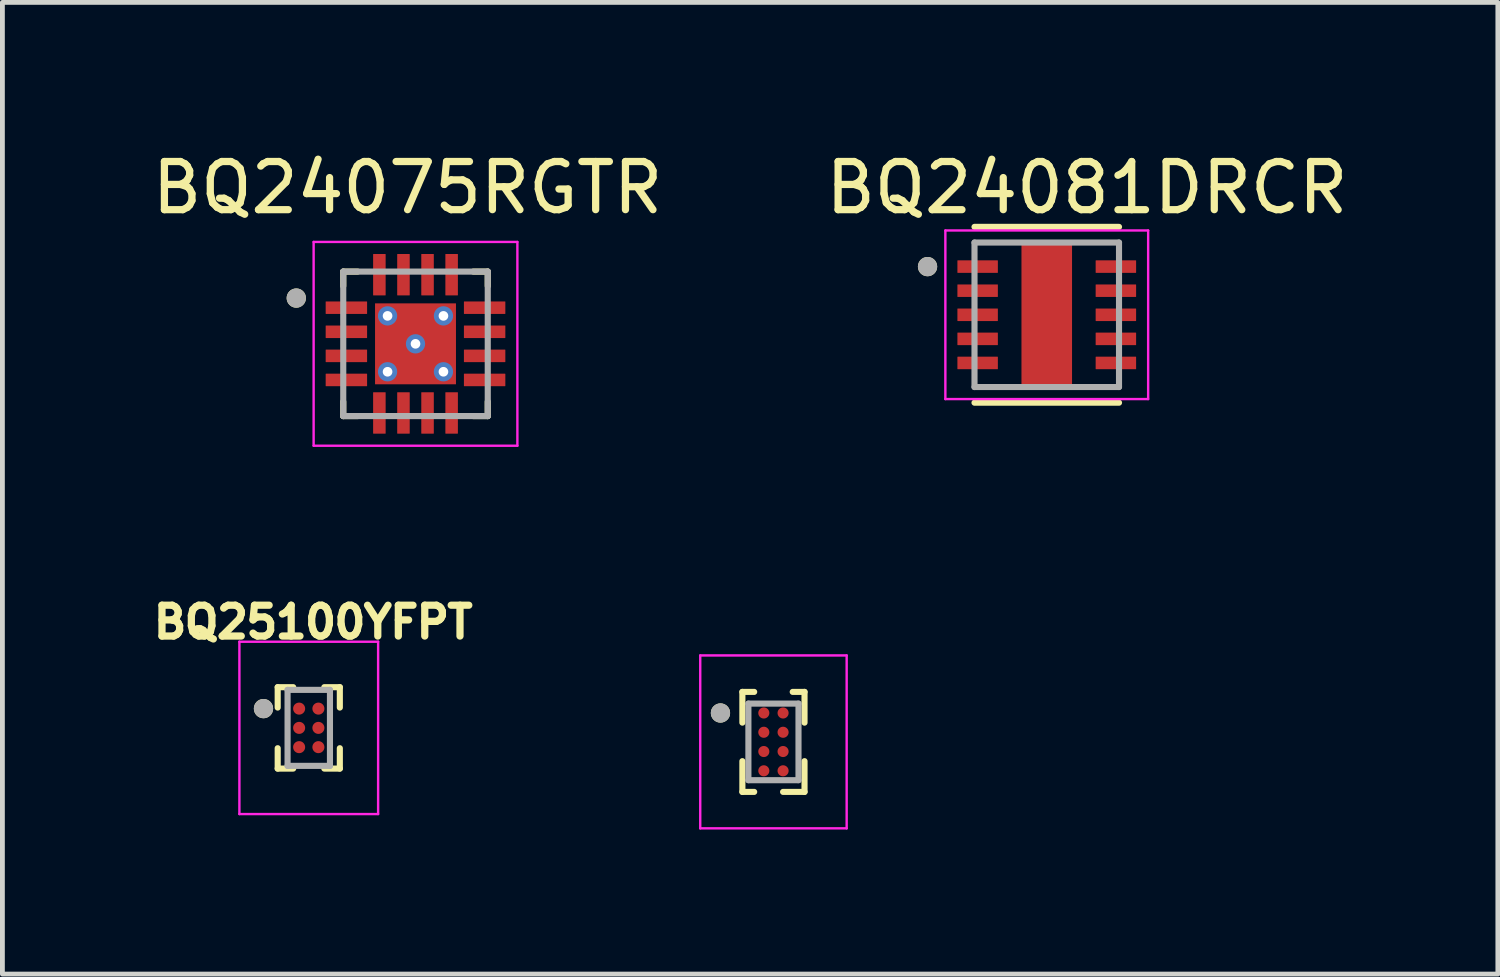
<source format=kicad_pcb>
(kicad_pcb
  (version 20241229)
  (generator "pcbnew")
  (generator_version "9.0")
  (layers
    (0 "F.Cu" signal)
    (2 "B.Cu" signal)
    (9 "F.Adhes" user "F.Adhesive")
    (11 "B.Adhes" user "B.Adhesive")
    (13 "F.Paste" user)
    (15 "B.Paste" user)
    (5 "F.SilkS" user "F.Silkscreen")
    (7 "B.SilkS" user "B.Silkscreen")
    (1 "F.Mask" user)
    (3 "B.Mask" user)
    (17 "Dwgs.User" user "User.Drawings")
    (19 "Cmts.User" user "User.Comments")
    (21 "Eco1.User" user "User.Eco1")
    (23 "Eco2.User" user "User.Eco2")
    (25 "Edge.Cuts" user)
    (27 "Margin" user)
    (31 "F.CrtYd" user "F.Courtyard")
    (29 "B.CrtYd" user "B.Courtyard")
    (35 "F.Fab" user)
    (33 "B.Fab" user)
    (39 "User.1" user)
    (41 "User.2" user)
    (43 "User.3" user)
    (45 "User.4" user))
  (footprint "BQ24081DRCR"
    (layer "F.Cu")
    (at 18.681 3.485)
    (property "Reference" "BQ24081DRCR" (at 0.835 -2.637 0) (layer "F.SilkS") (effects (font (size 1 1) (thickness 0.15))))
    (attr through_hole)
    (fp_line (start -1.5 -1.825) (end 1.5 -1.825) (stroke (width 0.127) (type solid)) (layer "F.SilkS"))
    (fp_line (start -1.5 1.825) (end 1.5 1.825) (stroke (width 0.127) (type solid)) (layer "F.SilkS"))
    (fp_circle (center -2.475 -1) (end -2.375 -1) (stroke (width 0.2) (type solid)) (fill no) (layer "F.SilkS"))
    (fp_poly (pts (xy -0.33 -0.95) (xy 0.33 -0.95) (xy 0.33 0.95) (xy -0.33 0.95)) (stroke (width 0.01) (type solid)) (fill yes) (layer "F.Paste"))
    (fp_line (start -2.105 -1.75) (end -2.105 1.75) (stroke (width 0.05) (type solid)) (layer "F.CrtYd"))
    (fp_line (start -2.105 -1.75) (end 2.105 -1.75) (stroke (width 0.05) (type solid)) (layer "F.CrtYd"))
    (fp_line (start -2.105 1.75) (end 2.105 1.75) (stroke (width 0.05) (type solid)) (layer "F.CrtYd"))
    (fp_line (start 2.105 -1.75) (end 2.105 1.75) (stroke (width 0.05) (type solid)) (layer "F.CrtYd"))
    (fp_line (start -1.5 -1.5) (end -1.5 1.5) (stroke (width 0.127) (type solid)) (layer "F.Fab"))
    (fp_line (start -1.5 -1.5) (end 1.5 -1.5) (stroke (width 0.127) (type solid)) (layer "F.Fab"))
    (fp_line (start -1.5 1.5) (end 1.5 1.5) (stroke (width 0.127) (type solid)) (layer "F.Fab"))
    (fp_line (start 1.5 -1.5) (end 1.5 1.5) (stroke (width 0.127) (type solid)) (layer "F.Fab"))
    (fp_circle (center -2.475 -1) (end -2.375 -1) (stroke (width 0.2) (type solid)) (fill no) (layer "F.Fab"))
    (pad "1" smd roundrect (at -1.435 -1) (size 0.84 0.26) (layers "F.Cu" "F.Mask" "F.Paste") (roundrect_rratio 0.03))
    (pad "2" smd roundrect (at -1.435 -0.5) (size 0.84 0.26) (layers "F.Cu" "F.Mask" "F.Paste") (roundrect_rratio 0.03))
    (pad "3" smd roundrect (at -1.435 0) (size 0.84 0.26) (layers "F.Cu" "F.Mask" "F.Paste") (roundrect_rratio 0.03))
    (pad "4" smd roundrect (at -1.435 0.5) (size 0.84 0.26) (layers "F.Cu" "F.Mask" "F.Paste") (roundrect_rratio 0.03))
    (pad "5" smd roundrect (at -1.435 1) (size 0.84 0.26) (layers "F.Cu" "F.Mask" "F.Paste") (roundrect_rratio 0.03))
    (pad "6" smd roundrect (at 1.435 1) (size 0.84 0.26) (layers "F.Cu" "F.Mask" "F.Paste") (roundrect_rratio 0.03))
    (pad "7" smd roundrect (at 1.435 0.5) (size 0.84 0.26) (layers "F.Cu" "F.Mask" "F.Paste") (roundrect_rratio 0.03))
    (pad "8" smd roundrect (at 1.435 0) (size 0.84 0.26) (layers "F.Cu" "F.Mask" "F.Paste") (roundrect_rratio 0.03))
    (pad "9" smd roundrect (at 1.435 -0.5) (size 0.84 0.26) (layers "F.Cu" "F.Mask" "F.Paste") (roundrect_rratio 0.03))
    (pad "10" smd roundrect (at 1.435 -1) (size 0.84 0.26) (layers "F.Cu" "F.Mask" "F.Paste") (roundrect_rratio 0.03))
    (pad "11" smd rect (at 0 0) (size 1.05 3.01) (layers "F.Cu" "F.Mask")))
  (footprint "BQ25100YFPT"
    (layer "F.Cu")
    (at 3.36 12.061)
    (property "Reference" "BQ25100YFPT" (at 0.092 -2.195 0) (layer "F.SilkS") (effects (font (size 0.64 0.64) (thickness 0.15))))
    (attr smd)
    (fp_line (start -0.645 -0.845) (end -0.645 -0.422) (stroke (width 0.127) (type solid)) (layer "F.SilkS"))
    (fp_line (start -0.645 -0.845) (end -0.323 -0.845) (stroke (width 0.127) (type solid)) (layer "F.SilkS"))
    (fp_line (start -0.645 0.845) (end -0.645 0.422) (stroke (width 0.127) (type solid)) (layer "F.SilkS"))
    (fp_line (start -0.645 0.845) (end -0.323 0.845) (stroke (width 0.127) (type solid)) (layer "F.SilkS"))
    (fp_line (start 0.645 -0.845) (end 0.323 -0.845) (stroke (width 0.127) (type solid)) (layer "F.SilkS"))
    (fp_line (start 0.645 -0.845) (end 0.645 -0.422) (stroke (width 0.127) (type solid)) (layer "F.SilkS"))
    (fp_line (start 0.645 0.845) (end 0.323 0.845) (stroke (width 0.127) (type solid)) (layer "F.SilkS"))
    (fp_line (start 0.645 0.845) (end 0.645 0.422) (stroke (width 0.127) (type solid)) (layer "F.SilkS"))
    (fp_circle (center -0.94 -0.4) (end -0.84 -0.4) (stroke (width 0.2) (type solid)) (fill no) (layer "F.SilkS"))
    (fp_line (start -1.44 -1.789) (end 1.44 -1.789) (stroke (width 0.05) (type solid)) (layer "F.CrtYd"))
    (fp_line (start -1.44 1.789) (end -1.44 -1.789) (stroke (width 0.05) (type solid)) (layer "F.CrtYd"))
    (fp_line (start -1.44 1.789) (end 1.44 1.789) (stroke (width 0.05) (type solid)) (layer "F.CrtYd"))
    (fp_line (start 1.44 1.789) (end 1.44 -1.789) (stroke (width 0.05) (type solid)) (layer "F.CrtYd"))
    (fp_line (start -0.44 0.789) (end -0.44 -0.789) (stroke (width 0.127) (type solid)) (layer "F.Fab"))
    (fp_line (start 0.44 -0.789) (end -0.44 -0.789) (stroke (width 0.127) (type solid)) (layer "F.Fab"))
    (fp_line (start 0.44 0.789) (end -0.44 0.789) (stroke (width 0.127) (type solid)) (layer "F.Fab"))
    (fp_line (start 0.44 0.789) (end 0.44 -0.789) (stroke (width 0.127) (type solid)) (layer "F.Fab"))
    (fp_circle (center -0.94 -0.4) (end -0.84 -0.4) (stroke (width 0.2) (type solid)) (fill no) (layer "F.Fab"))
    (pad "A1" smd circle (at -0.2 -0.4) (size 0.25 0.25) (layers "F.Cu" "F.Mask" "F.Paste"))
    (pad "A2" smd circle (at 0.2 -0.4) (size 0.25 0.25) (layers "F.Cu" "F.Mask" "F.Paste"))
    (pad "B1" smd circle (at -0.2 0) (size 0.25 0.25) (layers "F.Cu" "F.Mask" "F.Paste"))
    (pad "B2" smd circle (at 0.2 0) (size 0.25 0.25) (layers "F.Cu" "F.Mask" "F.Paste"))
    (pad "C1" smd circle (at -0.2 0.4) (size 0.25 0.25) (layers "F.Cu" "F.Mask" "F.Paste"))
    (pad "C2" smd circle (at 0.2 0.4) (size 0.25 0.25) (layers "F.Cu" "F.Mask" "F.Paste")))
  (footprint "BQ24075RGTR"
    (layer "F.Cu")
    (at 5.576 4.088)
    (property "Reference" "BQ24075RGTR" (at -0.165 -3.24 0) (layer "F.SilkS") (effects (font (size 1 1) (thickness 0.15))))
    (attr smd)
    (fp_line (start -1.5 -1.5) (end -1.5 -1.2) (stroke (width 0.127) (type solid)) (layer "F.SilkS"))
    (fp_line (start -1.5 -1.5) (end -1.2 -1.5) (stroke (width 0.127) (type solid)) (layer "F.SilkS"))
    (fp_line (start -1.5 1.5) (end -1.5 1.2) (stroke (width 0.127) (type solid)) (layer "F.SilkS"))
    (fp_line (start -1.5 1.5) (end -1.2 1.5) (stroke (width 0.127) (type solid)) (layer "F.SilkS"))
    (fp_line (start 1.5 -1.5) (end 1.2 -1.5) (stroke (width 0.127) (type solid)) (layer "F.SilkS"))
    (fp_line (start 1.5 -1.5) (end 1.5 -1.2) (stroke (width 0.127) (type solid)) (layer "F.SilkS"))
    (fp_line (start 1.5 1.5) (end 1.2 1.5) (stroke (width 0.127) (type solid)) (layer "F.SilkS"))
    (fp_line (start 1.5 1.5) (end 1.5 1.2) (stroke (width 0.127) (type solid)) (layer "F.SilkS"))
    (fp_circle (center -2.475 -0.95) (end -2.375 -0.95) (stroke (width 0.2) (type solid)) (fill no) (layer "F.SilkS"))
    (fp_poly (pts (xy -0.53 -0.53) (xy 0.53 -0.53) (xy 0.53 0.53) (xy -0.53 0.53)) (stroke (width 0.01) (type solid)) (fill yes) (layer "F.Paste"))
    (fp_line (start -2.115 -2.115) (end 2.115 -2.115) (stroke (width 0.05) (type solid)) (layer "F.CrtYd"))
    (fp_line (start -2.115 2.115) (end -2.115 -2.115) (stroke (width 0.05) (type solid)) (layer "F.CrtYd"))
    (fp_line (start -2.115 2.115) (end 2.115 2.115) (stroke (width 0.05) (type solid)) (layer "F.CrtYd"))
    (fp_line (start 2.115 2.115) (end 2.115 -2.115) (stroke (width 0.05) (type solid)) (layer "F.CrtYd"))
    (fp_line (start -1.5 1.5) (end -1.5 -1.5) (stroke (width 0.127) (type solid)) (layer "F.Fab"))
    (fp_line (start 1.5 -1.5) (end -1.5 -1.5) (stroke (width 0.127) (type solid)) (layer "F.Fab"))
    (fp_line (start 1.5 1.5) (end -1.5 1.5) (stroke (width 0.127) (type solid)) (layer "F.Fab"))
    (fp_line (start 1.5 1.5) (end 1.5 -1.5) (stroke (width 0.127) (type solid)) (layer "F.Fab"))
    (fp_circle (center -2.475 -0.95) (end -2.375 -0.95) (stroke (width 0.2) (type solid)) (fill no) (layer "F.Fab"))
    (fp_text user "${REFERENCE}" (at 0 0 0) (layer "Eco1.User") (effects (font (size 1 1) (thickness 0.15))))
    (pad "1" smd roundrect (at -1.435 -0.75) (size 0.86 0.26) (layers "F.Cu" "F.Mask" "F.Paste") (roundrect_rratio 0.03))
    (pad "2" smd roundrect (at -1.435 -0.25) (size 0.86 0.26) (layers "F.Cu" "F.Mask" "F.Paste") (roundrect_rratio 0.03))
    (pad "3" smd roundrect (at -1.435 0.25) (size 0.86 0.26) (layers "F.Cu" "F.Mask" "F.Paste") (roundrect_rratio 0.03))
    (pad "4" smd roundrect (at -1.435 0.75) (size 0.86 0.26) (layers "F.Cu" "F.Mask" "F.Paste") (roundrect_rratio 0.03))
    (pad "5" smd roundrect (at -0.75 1.435 90) (size 0.86 0.26) (layers "F.Cu" "F.Mask" "F.Paste") (roundrect_rratio 0.03))
    (pad "6" smd roundrect (at -0.25 1.435 90) (size 0.86 0.26) (layers "F.Cu" "F.Mask" "F.Paste") (roundrect_rratio 0.03))
    (pad "7" smd roundrect (at 0.25 1.435 90) (size 0.86 0.26) (layers "F.Cu" "F.Mask" "F.Paste") (roundrect_rratio 0.03))
    (pad "8" smd roundrect (at 0.75 1.435 90) (size 0.86 0.26) (layers "F.Cu" "F.Mask" "F.Paste") (roundrect_rratio 0.03))
    (pad "9" smd roundrect (at 1.435 0.75) (size 0.86 0.26) (layers "F.Cu" "F.Mask" "F.Paste") (roundrect_rratio 0.03))
    (pad "10" smd roundrect (at 1.435 0.25) (size 0.86 0.26) (layers "F.Cu" "F.Mask" "F.Paste") (roundrect_rratio 0.03))
    (pad "11" smd roundrect (at 1.435 -0.25) (size 0.86 0.26) (layers "F.Cu" "F.Mask" "F.Paste") (roundrect_rratio 0.03))
    (pad "12" smd roundrect (at 1.435 -0.75) (size 0.86 0.26) (layers "F.Cu" "F.Mask" "F.Paste") (roundrect_rratio 0.03))
    (pad "13" smd roundrect (at 0.75 -1.435 90) (size 0.86 0.26) (layers "F.Cu" "F.Mask" "F.Paste") (roundrect_rratio 0.03))
    (pad "14" smd roundrect (at 0.25 -1.435 90) (size 0.86 0.26) (layers "F.Cu" "F.Mask" "F.Paste") (roundrect_rratio 0.03))
    (pad "15" smd roundrect (at -0.25 -1.435 90) (size 0.86 0.26) (layers "F.Cu" "F.Mask" "F.Paste") (roundrect_rratio 0.03))
    (pad "16" smd roundrect (at -0.75 -1.435 90) (size 0.86 0.26) (layers "F.Cu" "F.Mask" "F.Paste") (roundrect_rratio 0.03))
    (pad "17" thru_hole circle (at -0.58 -0.58) (size 0.4 0.4) (drill 0.2) (layers "*.Cu"))
    (pad "17" thru_hole circle (at -0.58 0.58) (size 0.4 0.4) (drill 0.2) (layers "*.Cu"))
    (pad "17" thru_hole circle (at 0 0) (size 0.4 0.4) (drill 0.2) (layers "*.Cu"))
    (pad "17" smd rect (at 0 0) (size 1.68 1.68) (layers "F.Cu" "F.Mask"))
    (pad "17" thru_hole circle (at 0.58 -0.58) (size 0.4 0.4) (drill 0.2) (layers "*.Cu"))
    (pad "17" thru_hole circle (at 0.58 0.58) (size 0.4 0.4) (drill 0.2) (layers "*.Cu")))
  (footprint "BQ25180YBGR"
    (layer "F.Cu")
    (at 13.007 12.352)
    (property "Reference" "BQ25180YBGR" (at 0.472 -2.486 0) (layer "User.2") (effects (font (size 0.64 0.64) (thickness 0.15))))
    (attr smd)
    (fp_line (start -0.645 -1.038) (end -0.645 -0.4) (stroke (width 0.127) (type solid)) (layer "F.SilkS"))
    (fp_line (start -0.645 0.4) (end -0.645 1.038) (stroke (width 0.127) (type solid)) (layer "F.SilkS"))
    (fp_line (start -0.645 1.038) (end -0.4 1.038) (stroke (width 0.127) (type solid)) (layer "F.SilkS"))
    (fp_line (start -0.4 -1.038) (end -0.645 -1.038) (stroke (width 0.127) (type solid)) (layer "F.SilkS"))
    (fp_line (start 0.2 1.038) (end 0.645 1.038) (stroke (width 0.127) (type solid)) (layer "F.SilkS"))
    (fp_line (start 0.4 -1.038) (end 0.645 -1.038) (stroke (width 0.127) (type solid)) (layer "F.SilkS"))
    (fp_line (start 0.645 -1.038) (end 0.645 -0.4) (stroke (width 0.127) (type solid)) (layer "F.SilkS"))
    (fp_line (start 0.645 1.038) (end 0.645 0.4) (stroke (width 0.127) (type solid)) (layer "F.SilkS"))
    (fp_circle (center -1.1 -0.6) (end -1 -0.6) (stroke (width 0.2) (type solid)) (fill no) (layer "F.SilkS"))
    (fp_rect (start -0.24 -0.64) (end -0.16 -0.56) (stroke (width 0.12) (type solid)) (fill yes) (layer "F.Paste"))
    (fp_rect (start -0.24 -0.24) (end -0.16 -0.16) (stroke (width 0.12) (type solid)) (fill yes) (layer "F.Paste"))
    (fp_rect (start -0.24 0.16) (end -0.16 0.24) (stroke (width 0.12) (type solid)) (fill yes) (layer "F.Paste"))
    (fp_rect (start -0.24 0.56) (end -0.16 0.64) (stroke (width 0.12) (type solid)) (fill yes) (layer "F.Paste"))
    (fp_rect (start 0.16 -0.64) (end 0.24 -0.56) (stroke (width 0.12) (type solid)) (fill yes) (layer "F.Paste"))
    (fp_rect (start 0.16 -0.24) (end 0.24 -0.16) (stroke (width 0.12) (type solid)) (fill yes) (layer "F.Paste"))
    (fp_rect (start 0.16 0.16) (end 0.24 0.24) (stroke (width 0.12) (type solid)) (fill yes) (layer "F.Paste"))
    (fp_rect (start 0.16 0.56) (end 0.24 0.64) (stroke (width 0.12) (type solid)) (fill yes) (layer "F.Paste"))
    (fp_line (start -1.52 -1.795) (end 1.52 -1.795) (stroke (width 0.05) (type solid)) (layer "F.CrtYd"))
    (fp_line (start -1.52 1.795) (end -1.52 -1.795) (stroke (width 0.05) (type solid)) (layer "F.CrtYd"))
    (fp_line (start 1.52 -1.795) (end 1.52 1.795) (stroke (width 0.05) (type solid)) (layer "F.CrtYd"))
    (fp_line (start 1.52 1.795) (end -1.52 1.795) (stroke (width 0.05) (type solid)) (layer "F.CrtYd"))
    (fp_line (start -0.52 -0.795) (end 0.52 -0.795) (stroke (width 0.127) (type solid)) (layer "F.Fab"))
    (fp_line (start -0.52 0.795) (end -0.52 -0.795) (stroke (width 0.127) (type solid)) (layer "F.Fab"))
    (fp_line (start 0.52 -0.795) (end 0.52 0.795) (stroke (width 0.127) (type solid)) (layer "F.Fab"))
    (fp_line (start 0.52 0.795) (end -0.52 0.795) (stroke (width 0.127) (type solid)) (layer "F.Fab"))
    (fp_circle (center -1.1 -0.6) (end -1 -0.6) (stroke (width 0.2) (type solid)) (fill no) (layer "F.Fab"))
    (pad "A1" smd circle (at -0.2 -0.6) (size 0.23 0.23) (layers "F.Cu" "F.Mask"))
    (pad "A2" smd circle (at 0.2 -0.6) (size 0.23 0.23) (layers "F.Cu" "F.Mask"))
    (pad "B1" smd circle (at -0.2 -0.2) (size 0.23 0.23) (layers "F.Cu" "F.Mask"))
    (pad "B2" smd circle (at 0.2 -0.2) (size 0.23 0.23) (layers "F.Cu" "F.Mask"))
    (pad "C1" smd circle (at -0.2 0.2) (size 0.23 0.23) (layers "F.Cu" "F.Mask"))
    (pad "C2" smd circle (at 0.2 0.2) (size 0.23 0.23) (layers "F.Cu" "F.Mask"))
    (pad "D1" smd circle (at -0.2 0.6) (size 0.23 0.23) (layers "F.Cu" "F.Mask"))
    (pad "D2" smd circle (at 0.2 0.6) (size 0.23 0.23) (layers "F.Cu" "F.Mask")))
  (gr_rect
    (start -3 -3)
    (end 28.046 17.172)
    (stroke (width 0.1) (type default))
    (fill no)
    (layer "Edge.Cuts")))
</source>
